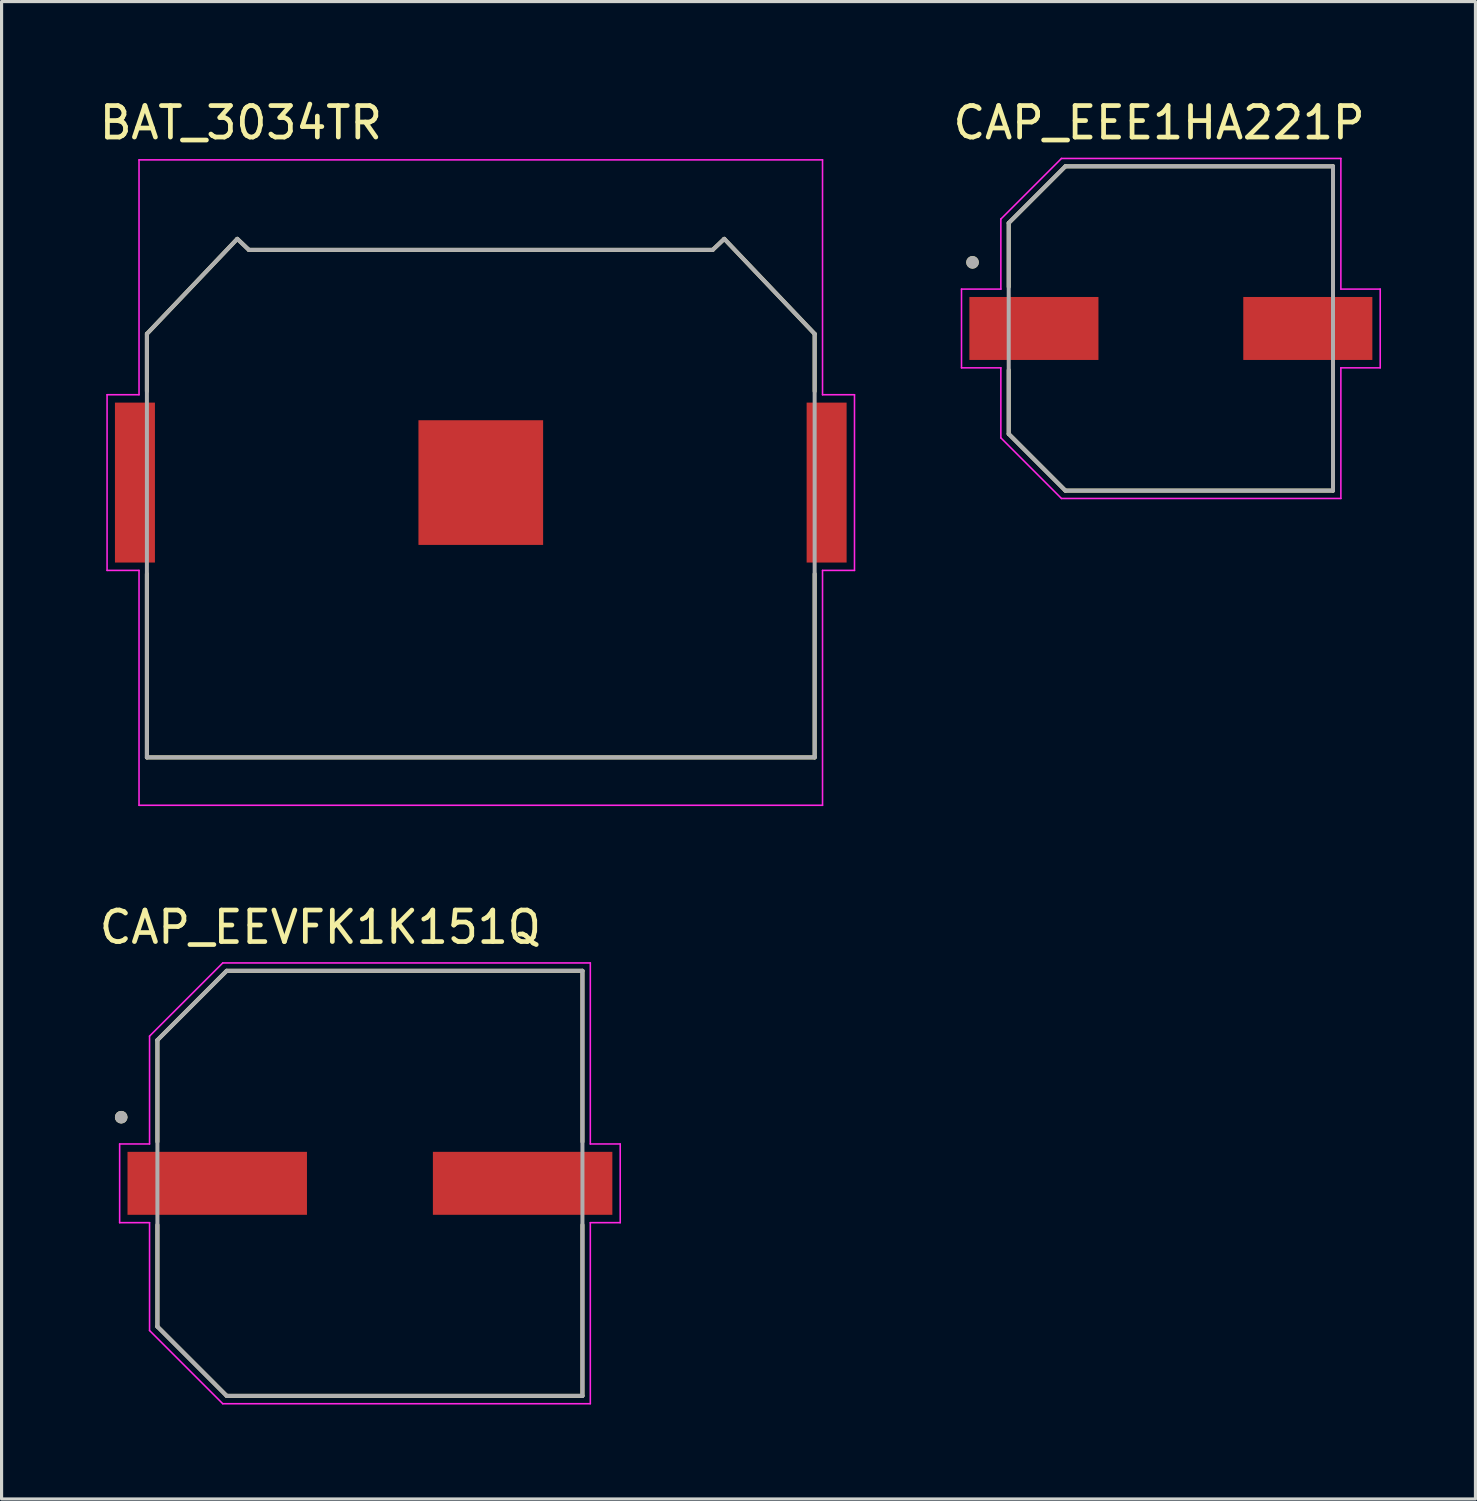
<source format=kicad_pcb>
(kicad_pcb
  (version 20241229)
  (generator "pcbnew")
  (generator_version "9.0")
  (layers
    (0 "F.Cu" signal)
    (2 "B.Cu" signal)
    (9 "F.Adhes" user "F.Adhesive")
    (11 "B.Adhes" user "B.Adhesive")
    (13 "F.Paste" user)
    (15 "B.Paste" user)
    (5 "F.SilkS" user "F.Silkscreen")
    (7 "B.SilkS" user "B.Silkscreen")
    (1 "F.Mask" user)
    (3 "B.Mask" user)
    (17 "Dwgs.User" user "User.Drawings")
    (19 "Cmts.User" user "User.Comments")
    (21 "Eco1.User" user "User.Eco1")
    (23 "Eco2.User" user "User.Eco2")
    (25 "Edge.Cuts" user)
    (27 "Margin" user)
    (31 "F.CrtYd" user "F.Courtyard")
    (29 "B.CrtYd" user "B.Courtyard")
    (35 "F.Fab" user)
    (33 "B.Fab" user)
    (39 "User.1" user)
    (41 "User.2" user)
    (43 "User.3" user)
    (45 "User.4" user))
  (footprint "CAP_EEE1HA221P"
    (layer "F.Cu")
    (at 34.14 7.383)
    (property "Reference" "CAP_EEE1HA221P" (at -0.375 -6.535 0) (layer "F.SilkS") (effects (font (size 1 1) (thickness 0.15))))
    (attr smd)
    (fp_line (start -5.15 -3.35) (end -5.15 -1.32) (stroke (width 0.127) (type solid)) (layer "F.SilkS"))
    (fp_line (start -5.15 1.32) (end -5.15 3.35) (stroke (width 0.127) (type solid)) (layer "F.SilkS"))
    (fp_line (start -5.15 3.35) (end -3.35 5.15) (stroke (width 0.127) (type solid)) (layer "F.SilkS"))
    (fp_line (start -3.35 -5.15) (end -5.15 -3.35) (stroke (width 0.127) (type solid)) (layer "F.SilkS"))
    (fp_line (start -3.35 5.15) (end 5.15 5.15) (stroke (width 0.127) (type solid)) (layer "F.SilkS"))
    (fp_line (start 5.15 -5.15) (end -3.35 -5.15) (stroke (width 0.127) (type solid)) (layer "F.SilkS"))
    (fp_line (start 5.15 -1.32) (end 5.15 -5.15) (stroke (width 0.127) (type solid)) (layer "F.SilkS"))
    (fp_line (start 5.15 5.15) (end 5.15 1.32) (stroke (width 0.127) (type solid)) (layer "F.SilkS"))
    (fp_circle (center -6.3 -2.1) (end -6.2 -2.1) (stroke (width 0.2) (type solid)) (fill no) (layer "F.SilkS"))
    (fp_line (start -6.65 -1.25) (end -5.4 -1.25) (stroke (width 0.05) (type solid)) (layer "F.CrtYd"))
    (fp_line (start -6.65 1.25) (end -6.65 -1.25) (stroke (width 0.05) (type solid)) (layer "F.CrtYd"))
    (fp_line (start -5.4 -3.475) (end -3.475 -5.4) (stroke (width 0.05) (type solid)) (layer "F.CrtYd"))
    (fp_line (start -5.4 -1.25) (end -5.4 -3.475) (stroke (width 0.05) (type solid)) (layer "F.CrtYd"))
    (fp_line (start -5.4 1.25) (end -6.65 1.25) (stroke (width 0.05) (type solid)) (layer "F.CrtYd"))
    (fp_line (start -5.4 3.475) (end -5.4 1.25) (stroke (width 0.05) (type solid)) (layer "F.CrtYd"))
    (fp_line (start -3.475 -5.4) (end 5.4 -5.4) (stroke (width 0.05) (type solid)) (layer "F.CrtYd"))
    (fp_line (start -3.475 5.4) (end -5.4 3.475) (stroke (width 0.05) (type solid)) (layer "F.CrtYd"))
    (fp_line (start 5.4 -5.4) (end 5.4 -1.25) (stroke (width 0.05) (type solid)) (layer "F.CrtYd"))
    (fp_line (start 5.4 -1.25) (end 6.65 -1.25) (stroke (width 0.05) (type solid)) (layer "F.CrtYd"))
    (fp_line (start 5.4 1.25) (end 5.4 5.4) (stroke (width 0.05) (type solid)) (layer "F.CrtYd"))
    (fp_line (start 5.4 5.4) (end -3.475 5.4) (stroke (width 0.05) (type solid)) (layer "F.CrtYd"))
    (fp_line (start 6.65 -1.25) (end 6.65 1.25) (stroke (width 0.05) (type solid)) (layer "F.CrtYd"))
    (fp_line (start 6.65 1.25) (end 5.4 1.25) (stroke (width 0.05) (type solid)) (layer "F.CrtYd"))
    (fp_line (start -5.15 -3.35) (end -5.15 3.35) (stroke (width 0.127) (type solid)) (layer "F.Fab"))
    (fp_line (start -5.15 3.35) (end -3.35 5.15) (stroke (width 0.127) (type solid)) (layer "F.Fab"))
    (fp_line (start -3.35 -5.15) (end -5.15 -3.35) (stroke (width 0.127) (type solid)) (layer "F.Fab"))
    (fp_line (start -3.35 5.15) (end 5.15 5.15) (stroke (width 0.127) (type solid)) (layer "F.Fab"))
    (fp_line (start 5.15 -5.15) (end -3.35 -5.15) (stroke (width 0.127) (type solid)) (layer "F.Fab"))
    (fp_line (start 5.15 5.15) (end 5.15 -5.15) (stroke (width 0.127) (type solid)) (layer "F.Fab"))
    (fp_circle (center -6.3 -2.1) (end -6.2 -2.1) (stroke (width 0.2) (type solid)) (fill no) (layer "F.Fab"))
    (pad "1" smd rect (at -4.35 0) (size 4.1 2) (layers "F.Cu" "F.Mask" "F.Paste"))
    (pad "2" smd rect (at 4.35 0) (size 4.1 2) (layers "F.Cu" "F.Mask" "F.Paste")))
  (footprint "CAP_EEVFK1K151Q"
    (layer "F.Cu")
    (at 8.7 34.536)
    (property "Reference" "CAP_EEVFK1K151Q" (at -1.575 -8.135 0) (layer "F.SilkS") (effects (font (size 1 1) (thickness 0.15))))
    (attr smd)
    (fp_line (start -6.75 -4.55) (end -6.75 -1.32) (stroke (width 0.127) (type solid)) (layer "F.SilkS"))
    (fp_line (start -6.75 1.32) (end -6.75 4.55) (stroke (width 0.127) (type solid)) (layer "F.SilkS"))
    (fp_line (start -6.75 4.55) (end -4.55 6.75) (stroke (width 0.127) (type solid)) (layer "F.SilkS"))
    (fp_line (start -4.55 -6.75) (end -6.75 -4.55) (stroke (width 0.127) (type solid)) (layer "F.SilkS"))
    (fp_line (start -4.55 6.75) (end 6.75 6.75) (stroke (width 0.127) (type solid)) (layer "F.SilkS"))
    (fp_line (start 6.75 -6.75) (end -4.55 -6.75) (stroke (width 0.127) (type solid)) (layer "F.SilkS"))
    (fp_line (start 6.75 -1.32) (end 6.75 -6.75) (stroke (width 0.127) (type solid)) (layer "F.SilkS"))
    (fp_line (start 6.75 6.75) (end 6.75 1.32) (stroke (width 0.127) (type solid)) (layer "F.SilkS"))
    (fp_circle (center -7.9 -2.1) (end -7.8 -2.1) (stroke (width 0.2) (type solid)) (fill no) (layer "F.SilkS"))
    (fp_line (start -7.95 -1.25) (end -7 -1.25) (stroke (width 0.05) (type solid)) (layer "F.CrtYd"))
    (fp_line (start -7.95 1.25) (end -7.95 -1.25) (stroke (width 0.05) (type solid)) (layer "F.CrtYd"))
    (fp_line (start -7 -4.675) (end -4.675 -7) (stroke (width 0.05) (type solid)) (layer "F.CrtYd"))
    (fp_line (start -7 -1.25) (end -7 -4.675) (stroke (width 0.05) (type solid)) (layer "F.CrtYd"))
    (fp_line (start -7 1.25) (end -7.95 1.25) (stroke (width 0.05) (type solid)) (layer "F.CrtYd"))
    (fp_line (start -7 4.675) (end -7 1.25) (stroke (width 0.05) (type solid)) (layer "F.CrtYd"))
    (fp_line (start -4.675 -7) (end 7 -7) (stroke (width 0.05) (type solid)) (layer "F.CrtYd"))
    (fp_line (start -4.675 7) (end -7 4.675) (stroke (width 0.05) (type solid)) (layer "F.CrtYd"))
    (fp_line (start 7 -7) (end 7 -1.25) (stroke (width 0.05) (type solid)) (layer "F.CrtYd"))
    (fp_line (start 7 -1.25) (end 7.95 -1.25) (stroke (width 0.05) (type solid)) (layer "F.CrtYd"))
    (fp_line (start 7 1.25) (end 7 7) (stroke (width 0.05) (type solid)) (layer "F.CrtYd"))
    (fp_line (start 7 7) (end -4.675 7) (stroke (width 0.05) (type solid)) (layer "F.CrtYd"))
    (fp_line (start 7.95 -1.25) (end 7.95 1.25) (stroke (width 0.05) (type solid)) (layer "F.CrtYd"))
    (fp_line (start 7.95 1.25) (end 7 1.25) (stroke (width 0.05) (type solid)) (layer "F.CrtYd"))
    (fp_line (start -6.75 -4.55) (end -6.75 4.55) (stroke (width 0.127) (type solid)) (layer "F.Fab"))
    (fp_line (start -6.75 4.55) (end -4.55 6.75) (stroke (width 0.127) (type solid)) (layer "F.Fab"))
    (fp_line (start -4.55 -6.75) (end -6.75 -4.55) (stroke (width 0.127) (type solid)) (layer "F.Fab"))
    (fp_line (start -4.55 6.75) (end 6.75 6.75) (stroke (width 0.127) (type solid)) (layer "F.Fab"))
    (fp_line (start 6.75 -6.75) (end -4.55 -6.75) (stroke (width 0.127) (type solid)) (layer "F.Fab"))
    (fp_line (start 6.75 6.75) (end 6.75 -6.75) (stroke (width 0.127) (type solid)) (layer "F.Fab"))
    (fp_circle (center -7.9 -2.1) (end -7.8 -2.1) (stroke (width 0.2) (type solid)) (fill no) (layer "F.Fab"))
    (pad "1" smd rect (at -4.85 0) (size 5.7 2) (layers "F.Cu" "F.Mask" "F.Paste"))
    (pad "2" smd rect (at 4.85 0) (size 5.7 2) (layers "F.Cu" "F.Mask" "F.Paste")))
  (footprint "BAT_3034TR"
    (layer "F.Cu")
    (at 12.221 12.278)
    (property "Reference" "BAT_3034TR" (at -7.62 -11.43 0) (layer "F.SilkS") (effects (font (size 1 1) (thickness 0.15))))
    (attr smd)
    (fp_line (start -10.605 -4.723) (end -10.605 -2.9) (stroke (width 0.127) (type solid)) (layer "F.SilkS"))
    (fp_line (start -10.605 8.729) (end -10.605 2.9) (stroke (width 0.127) (type solid)) (layer "F.SilkS"))
    (fp_line (start -10.605 8.729) (end 10.605 8.729) (stroke (width 0.127) (type solid)) (layer "F.SilkS"))
    (fp_line (start -7.734 -7.741) (end -10.605 -4.723) (stroke (width 0.127) (type solid)) (layer "F.SilkS"))
    (fp_line (start -7.734 -7.741) (end -7.366 -7.391) (stroke (width 0.127) (type solid)) (layer "F.SilkS"))
    (fp_line (start -7.366 -7.391) (end 7.366 -7.391) (stroke (width 0.127) (type solid)) (layer "F.SilkS"))
    (fp_line (start 7.366 -7.391) (end 7.734 -7.741) (stroke (width 0.127) (type solid)) (layer "F.SilkS"))
    (fp_line (start 7.734 -7.741) (end 10.605 -4.723) (stroke (width 0.127) (type solid)) (layer "F.SilkS"))
    (fp_line (start 10.605 -4.723) (end 10.605 -2.9) (stroke (width 0.127) (type solid)) (layer "F.SilkS"))
    (fp_line (start 10.605 8.729) (end 10.605 2.9) (stroke (width 0.127) (type solid)) (layer "F.SilkS"))
    (fp_line (start -11.87 -2.79) (end -11.87 2.79) (stroke (width 0.05) (type solid)) (layer "F.CrtYd"))
    (fp_line (start -11.87 2.79) (end -10.855 2.79) (stroke (width 0.05) (type solid)) (layer "F.CrtYd"))
    (fp_line (start -10.855 -10.25) (end -10.855 -2.79) (stroke (width 0.05) (type solid)) (layer "F.CrtYd"))
    (fp_line (start -10.855 -2.79) (end -11.87 -2.79) (stroke (width 0.05) (type solid)) (layer "F.CrtYd"))
    (fp_line (start -10.855 2.79) (end -10.855 10.25) (stroke (width 0.05) (type solid)) (layer "F.CrtYd"))
    (fp_line (start -10.855 10.25) (end 10.855 10.25) (stroke (width 0.05) (type solid)) (layer "F.CrtYd"))
    (fp_line (start 10.855 -10.25) (end -10.855 -10.25) (stroke (width 0.05) (type solid)) (layer "F.CrtYd"))
    (fp_line (start 10.855 -2.79) (end 10.855 -10.25) (stroke (width 0.05) (type solid)) (layer "F.CrtYd"))
    (fp_line (start 10.855 -2.79) (end 11.87 -2.79) (stroke (width 0.05) (type solid)) (layer "F.CrtYd"))
    (fp_line (start 10.855 10.25) (end 10.855 2.79) (stroke (width 0.05) (type solid)) (layer "F.CrtYd"))
    (fp_line (start 11.87 -2.79) (end 11.87 2.79) (stroke (width 0.05) (type solid)) (layer "F.CrtYd"))
    (fp_line (start 11.87 2.79) (end 10.855 2.79) (stroke (width 0.05) (type solid)) (layer "F.CrtYd"))
    (fp_line (start -10.605 -4.723) (end -10.605 8.729) (stroke (width 0.127) (type solid)) (layer "F.Fab"))
    (fp_line (start -10.605 8.729) (end 10.605 8.729) (stroke (width 0.127) (type solid)) (layer "F.Fab"))
    (fp_line (start -7.734 -7.741) (end -10.605 -4.723) (stroke (width 0.127) (type solid)) (layer "F.Fab"))
    (fp_line (start -7.734 -7.741) (end -7.366 -7.391) (stroke (width 0.127) (type solid)) (layer "F.Fab"))
    (fp_line (start -7.366 -7.391) (end 7.366 -7.391) (stroke (width 0.127) (type solid)) (layer "F.Fab"))
    (fp_line (start 7.366 -7.391) (end 7.734 -7.741) (stroke (width 0.127) (type solid)) (layer "F.Fab"))
    (fp_line (start 7.734 -7.741) (end 10.605 -4.723) (stroke (width 0.127) (type solid)) (layer "F.Fab"))
    (fp_line (start 10.605 -4.723) (end 10.605 8.729) (stroke (width 0.127) (type solid)) (layer "F.Fab"))
    (pad "N" smd rect (at 0 0) (size 3.96 3.96) (layers "F.Cu" "F.Mask"))
    (pad "P1" smd rect (at -10.985 0) (size 1.27 5.08) (layers "F.Cu" "F.Mask" "F.Paste"))
    (pad "P2" smd rect (at 10.985 0) (size 1.27 5.08) (layers "F.Cu" "F.Mask" "F.Paste")))
  (gr_rect
    (start -3 -3)
    (end 43.815 44.562)
    (stroke (width 0.1) (type default))
    (fill no)
    (layer "Edge.Cuts")))
</source>
